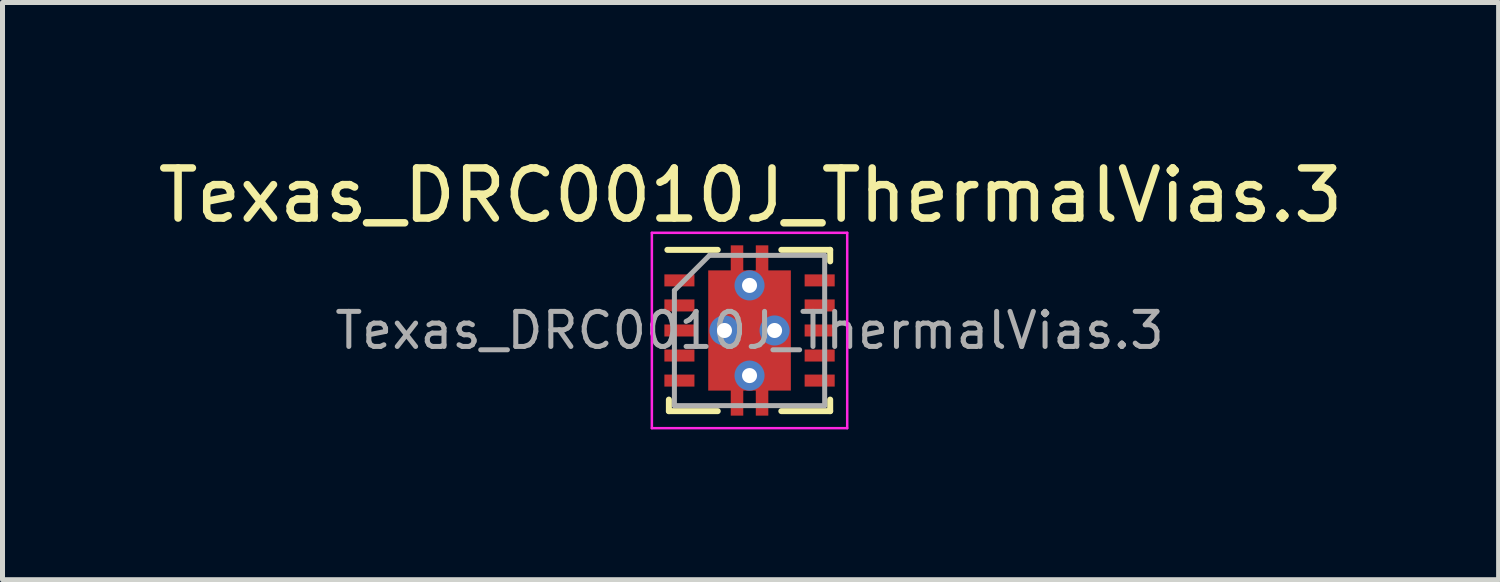
<source format=kicad_pcb>
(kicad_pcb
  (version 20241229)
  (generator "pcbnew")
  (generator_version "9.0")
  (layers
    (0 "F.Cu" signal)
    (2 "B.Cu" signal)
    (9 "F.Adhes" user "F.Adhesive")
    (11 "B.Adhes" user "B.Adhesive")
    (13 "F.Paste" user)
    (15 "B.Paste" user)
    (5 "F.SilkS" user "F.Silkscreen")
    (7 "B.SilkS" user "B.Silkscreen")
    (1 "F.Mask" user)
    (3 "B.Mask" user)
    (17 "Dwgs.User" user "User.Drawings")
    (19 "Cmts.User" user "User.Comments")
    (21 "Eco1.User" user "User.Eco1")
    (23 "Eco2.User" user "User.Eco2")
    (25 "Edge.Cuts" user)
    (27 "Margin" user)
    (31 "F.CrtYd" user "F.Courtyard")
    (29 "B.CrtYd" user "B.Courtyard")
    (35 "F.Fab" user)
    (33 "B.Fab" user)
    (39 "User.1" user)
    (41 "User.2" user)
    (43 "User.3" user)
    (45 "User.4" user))
  (footprint "Texas_DRC0010J_ThermalVias.3"
    (layer "F.Cu")
    (at 11.914 3.548)
    (property "Reference" "Texas_DRC0010J_ThermalVias.3" (at 0.02 -2.7 0) (layer "F.SilkS") (effects (font (size 1 1) (thickness 0.15))))
    (attr smd)
    (fp_line (start -1.64 -1.61) (end -0.635 -1.61) (stroke (width 0.12) (type solid)) (layer "F.SilkS"))
    (fp_line (start -1.61 1.38) (end -1.61 1.61) (stroke (width 0.12) (type solid)) (layer "F.SilkS"))
    (fp_line (start -1.61 1.61) (end -0.635 1.61) (stroke (width 0.12) (type solid)) (layer "F.SilkS"))
    (fp_line (start 0.635 -1.61) (end 1.61 -1.61) (stroke (width 0.12) (type solid)) (layer "F.SilkS"))
    (fp_line (start 0.635 1.61) (end 1.61 1.61) (stroke (width 0.12) (type solid)) (layer "F.SilkS"))
    (fp_line (start 1.61 -1.61) (end 1.61 -1.38) (stroke (width 0.12) (type solid)) (layer "F.SilkS"))
    (fp_line (start 1.61 1.38) (end 1.61 1.61) (stroke (width 0.12) (type solid)) (layer "F.SilkS"))
    (fp_line (start -1.95 -1.95) (end -1.95 1.95) (stroke (width 0.05) (type solid)) (layer "F.CrtYd"))
    (fp_line (start -1.95 -1.95) (end 1.95 -1.95) (stroke (width 0.05) (type solid)) (layer "F.CrtYd"))
    (fp_line (start -1.95 1.95) (end 1.95 1.95) (stroke (width 0.05) (type solid)) (layer "F.CrtYd"))
    (fp_line (start 1.95 -1.95) (end 1.95 1.95) (stroke (width 0.05) (type solid)) (layer "F.CrtYd"))
    (fp_line (start -1.5 -0.8) (end -1.5 1.5) (stroke (width 0.1) (type solid)) (layer "F.Fab"))
    (fp_line (start -1.5 -0.8) (end -0.8 -1.5) (stroke (width 0.1) (type solid)) (layer "F.Fab"))
    (fp_line (start -1.5 1.5) (end 1.5 1.5) (stroke (width 0.1) (type solid)) (layer "F.Fab"))
    (fp_line (start -0.8 -1.5) (end 1.5 -1.5) (stroke (width 0.1) (type solid)) (layer "F.Fab"))
    (fp_line (start 1.5 -1.5) (end 1.5 1.5) (stroke (width 0.1) (type solid)) (layer "F.Fab"))
    (fp_text user "${REFERENCE}" (at 0 0 0) (layer "F.Fab") (effects (font (size 0.7 0.7) (thickness 0.1))))
    (pad "" smd roundrect (at -0.25 -1.53) (size 0.25 0.34) (layers "F.Paste") (roundrect_rratio 0.1))
    (pad "" smd roundrect (at -0.25 1.53) (size 0.25 0.34) (layers "F.Paste") (roundrect_rratio 0.1))
    (pad "" smd roundrect (at 0 -0.63) (size 1.5 1.06) (layers "F.Paste") (roundrect_rratio 0.1))
    (pad "" smd roundrect (at 0 0.63) (size 1.5 1.06) (layers "F.Paste") (roundrect_rratio 0.1))
    (pad "" smd roundrect (at 0.25 -1.53) (size 0.25 0.34) (layers "F.Paste") (roundrect_rratio 0.1))
    (pad "" smd roundrect (at 0.25 1.53) (size 0.25 0.34) (layers "F.Paste") (roundrect_rratio 0.1))
    (pad "1" smd rect (at -1.4 -1) (size 0.6 0.24) (layers "F.Cu" "F.Mask" "F.Paste"))
    (pad "2" smd rect (at -1.4 -0.5) (size 0.6 0.24) (layers "F.Cu" "F.Mask" "F.Paste"))
    (pad "3" smd rect (at -1.4 0) (size 0.6 0.24) (layers "F.Cu" "F.Mask" "F.Paste"))
    (pad "4" smd rect (at -1.4 0.5) (size 0.6 0.24) (layers "F.Cu" "F.Mask" "F.Paste"))
    (pad "5" smd rect (at -1.4 1) (size 0.6 0.24) (layers "F.Cu" "F.Mask" "F.Paste"))
    (pad "6" smd rect (at 1.4 1) (size 0.6 0.24) (layers "F.Cu" "F.Mask" "F.Paste"))
    (pad "7" smd rect (at 1.4 0.5) (size 0.6 0.24) (layers "F.Cu" "F.Mask" "F.Paste"))
    (pad "8" smd rect (at 1.4 0) (size 0.6 0.24) (layers "F.Cu" "F.Mask" "F.Paste"))
    (pad "9" smd rect (at 1.4 -0.5) (size 0.6 0.24) (layers "F.Cu" "F.Mask" "F.Paste"))
    (pad "10" smd rect (at 1.4 -1) (size 0.6 0.24) (layers "F.Cu" "F.Mask" "F.Paste"))
    (pad "11" thru_hole circle (at -0.5 0) (size 0.6 0.6) (drill 0.3) (layers "*.Cu"))
    (pad "11" thru_hole circle (at 0 -0.9) (size 0.6 0.6) (drill 0.3) (layers "*.Cu"))
    (pad "11" smd custom (at 0 0) (size 1.65 2.4) (layers "F.Cu" "F.Mask") (options (anchor rect)) (primitives (gr_poly (pts (xy -0.375 -1.1) (xy -0.375 -1.7) (xy -0.125 -1.7) (xy -0.125 -1.1) (xy 0.125 -1.1) (xy 0.125 -1.7) (xy 0.375 -1.7) (xy 0.375 1.7) (xy 0.125 1.7) (xy 0.125 1.1) (xy -0.125 1.1) (xy -0.125 1.7) (xy -0.375 1.7)) (width 0) (fill yes))))
    (pad "11" thru_hole circle (at 0 0.9) (size 0.6 0.6) (drill 0.3) (layers "*.Cu"))
    (pad "11" thru_hole circle (at 0.5 0) (size 0.6 0.6) (drill 0.3) (layers "*.Cu")))
  (gr_rect
    (start -3 -3)
    (end 26.869 8.523)
    (stroke (width 0.1) (type default))
    (fill no)
    (layer "Edge.Cuts")))
</source>
